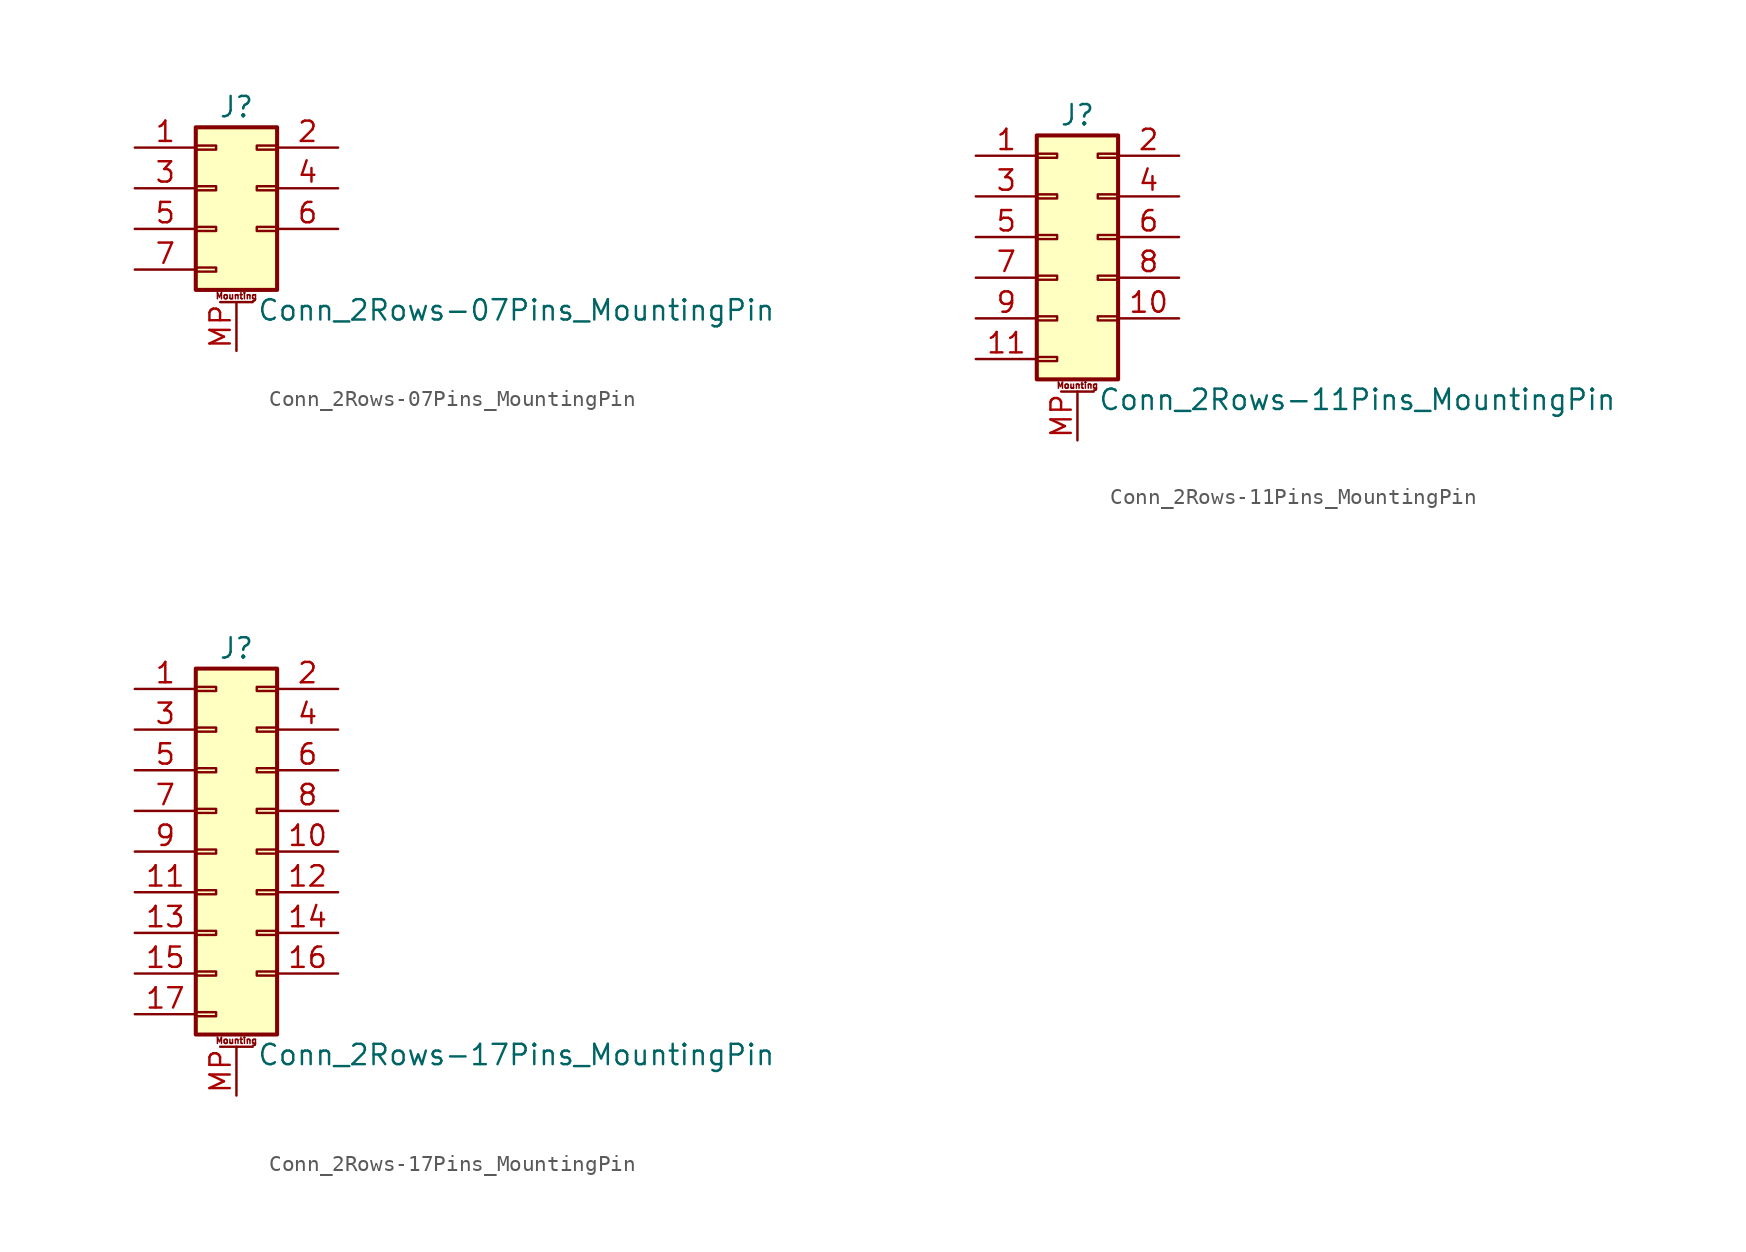
<source format=kicad_sym>
(kicad_symbol_lib
  (version 20201005)
  (generator kicad_symbol_editor)
  (symbol "Conn_2Rows-07Pins_MountingPin"
    (pin_names
      (offset 1.016) hide)
    (property "Reference" "J"
      (at 1.27 5.08 0)
      (effects (font (size 1.27 1.27))))
    (property "Value" "Conn_2Rows-07Pins_MountingPin"
      (at 2.54 -7.62 0)
      (effects (font (size 1.27 1.27)) (justify left)))
    (symbol "Conn_2Rows-07Pins_MountingPin_1_1"
      (text "Mounting" (at 1.27 -6.731 0) (effects (font (size 0.381 0.381))))
      (rectangle (start -1.27 -4.953) (end 0 -5.207) (stroke (width 0.152)) (fill (type none)))
      (rectangle (start -1.27 -2.413) (end 0 -2.667) (stroke (width 0.152)) (fill (type none)))
      (rectangle (start -1.27 0.127) (end 0 -0.127) (stroke (width 0.152)) (fill (type none)))
      (rectangle (start -1.27 2.667) (end 0 2.413) (stroke (width 0.152)) (fill (type none)))
      (rectangle (start -1.27 3.81) (end 3.81 -6.35) (stroke (width 0.254)) (fill (type background)))
      (rectangle (start 3.81 -2.413) (end 2.54 -2.667) (stroke (width 0.152)) (fill (type none)))
      (rectangle (start 3.81 0.127) (end 2.54 -0.127) (stroke (width 0.152)) (fill (type none)))
      (rectangle (start 3.81 2.667) (end 2.54 2.413) (stroke (width 0.152)) (fill (type none)))
      (polyline (pts (xy 0.254 -7.112) (xy 2.286 -7.112)) (stroke (width 0.152)) (fill (type none)))
      (pin passive line (at -5.08 2.54 0) (length 3.81) (name "Pin_1" (effects (font (size 1.27 1.27)))) (number "1" (effects (font (size 1.27 1.27)))))
      (pin passive line (at 7.62 2.54 180) (length 3.81) (name "Pin_2" (effects (font (size 1.27 1.27)))) (number "2" (effects (font (size 1.27 1.27)))))
      (pin passive line (at -5.08 0 0) (length 3.81) (name "Pin_3" (effects (font (size 1.27 1.27)))) (number "3" (effects (font (size 1.27 1.27)))))
      (pin passive line (at 7.62 0 180) (length 3.81) (name "Pin_4" (effects (font (size 1.27 1.27)))) (number "4" (effects (font (size 1.27 1.27)))))
      (pin passive line (at -5.08 -2.54 0) (length 3.81) (name "Pin_5" (effects (font (size 1.27 1.27)))) (number "5" (effects (font (size 1.27 1.27)))))
      (pin passive line (at 7.62 -2.54 180) (length 3.81) (name "Pin_6" (effects (font (size 1.27 1.27)))) (number "6" (effects (font (size 1.27 1.27)))))
      (pin passive line (at -5.08 -5.08 0) (length 3.81) (name "Pin_7" (effects (font (size 1.27 1.27)))) (number "7" (effects (font (size 1.27 1.27)))))
      (pin passive line (at 1.27 -10.16 90) (length 3.048) (name "MountPin" (effects (font (size 1.27 1.27)))) (number "MP" (effects (font (size 1.27 1.27)))))))
  (symbol "Conn_2Rows-11Pins_MountingPin"
    (pin_names
      (offset 1.016) hide)
    (property "Reference" "J"
      (at 1.27 7.62 0)
      (effects (font (size 1.27 1.27))))
    (property "Value" "Conn_2Rows-11Pins_MountingPin"
      (at 2.54 -10.16 0)
      (effects (font (size 1.27 1.27)) (justify left)))
    (symbol "Conn_2Rows-11Pins_MountingPin_1_1"
      (text "Mounting" (at 1.27 -9.271 0) (effects (font (size 0.381 0.381))))
      (rectangle (start -1.27 -7.493) (end 0 -7.747) (stroke (width 0.152)) (fill (type none)))
      (rectangle (start -1.27 -4.953) (end 0 -5.207) (stroke (width 0.152)) (fill (type none)))
      (rectangle (start -1.27 -2.413) (end 0 -2.667) (stroke (width 0.152)) (fill (type none)))
      (rectangle (start -1.27 0.127) (end 0 -0.127) (stroke (width 0.152)) (fill (type none)))
      (rectangle (start -1.27 2.667) (end 0 2.413) (stroke (width 0.152)) (fill (type none)))
      (rectangle (start -1.27 5.207) (end 0 4.953) (stroke (width 0.152)) (fill (type none)))
      (rectangle (start -1.27 6.35) (end 3.81 -8.89) (stroke (width 0.254)) (fill (type background)))
      (rectangle (start 3.81 -4.953) (end 2.54 -5.207) (stroke (width 0.152)) (fill (type none)))
      (rectangle (start 3.81 -2.413) (end 2.54 -2.667) (stroke (width 0.152)) (fill (type none)))
      (rectangle (start 3.81 0.127) (end 2.54 -0.127) (stroke (width 0.152)) (fill (type none)))
      (rectangle (start 3.81 2.667) (end 2.54 2.413) (stroke (width 0.152)) (fill (type none)))
      (rectangle (start 3.81 5.207) (end 2.54 4.953) (stroke (width 0.152)) (fill (type none)))
      (polyline (pts (xy 0.254 -9.652) (xy 2.286 -9.652)) (stroke (width 0.152)) (fill (type none)))
      (pin passive line (at -5.08 5.08 0) (length 3.81) (name "Pin_1" (effects (font (size 1.27 1.27)))) (number "1" (effects (font (size 1.27 1.27)))))
      (pin passive line (at 7.62 -5.08 180) (length 3.81) (name "Pin_10" (effects (font (size 1.27 1.27)))) (number "10" (effects (font (size 1.27 1.27)))))
      (pin passive line (at -5.08 -7.62 0) (length 3.81) (name "Pin_11" (effects (font (size 1.27 1.27)))) (number "11" (effects (font (size 1.27 1.27)))))
      (pin passive line (at 7.62 5.08 180) (length 3.81) (name "Pin_2" (effects (font (size 1.27 1.27)))) (number "2" (effects (font (size 1.27 1.27)))))
      (pin passive line (at -5.08 2.54 0) (length 3.81) (name "Pin_3" (effects (font (size 1.27 1.27)))) (number "3" (effects (font (size 1.27 1.27)))))
      (pin passive line (at 7.62 2.54 180) (length 3.81) (name "Pin_4" (effects (font (size 1.27 1.27)))) (number "4" (effects (font (size 1.27 1.27)))))
      (pin passive line (at -5.08 0 0) (length 3.81) (name "Pin_5" (effects (font (size 1.27 1.27)))) (number "5" (effects (font (size 1.27 1.27)))))
      (pin passive line (at 7.62 0 180) (length 3.81) (name "Pin_6" (effects (font (size 1.27 1.27)))) (number "6" (effects (font (size 1.27 1.27)))))
      (pin passive line (at -5.08 -2.54 0) (length 3.81) (name "Pin_7" (effects (font (size 1.27 1.27)))) (number "7" (effects (font (size 1.27 1.27)))))
      (pin passive line (at 7.62 -2.54 180) (length 3.81) (name "Pin_8" (effects (font (size 1.27 1.27)))) (number "8" (effects (font (size 1.27 1.27)))))
      (pin passive line (at -5.08 -5.08 0) (length 3.81) (name "Pin_9" (effects (font (size 1.27 1.27)))) (number "9" (effects (font (size 1.27 1.27)))))
      (pin passive line (at 1.27 -12.7 90) (length 3.048) (name "MountPin" (effects (font (size 1.27 1.27)))) (number "MP" (effects (font (size 1.27 1.27)))))))
  (symbol "Conn_2Rows-17Pins_MountingPin"
    (pin_names
      (offset 1.016) hide)
    (property "Reference" "J"
      (at 1.27 12.7 0)
      (effects (font (size 1.27 1.27))))
    (property "Value" "Conn_2Rows-17Pins_MountingPin"
      (at 2.54 -12.7 0)
      (effects (font (size 1.27 1.27)) (justify left)))
    (symbol "Conn_2Rows-17Pins_MountingPin_1_1"
      (text "Mounting" (at 1.27 -11.811 0) (effects (font (size 0.381 0.381))))
      (rectangle (start -1.27 -10.033) (end 0 -10.287) (stroke (width 0.152)) (fill (type none)))
      (rectangle (start -1.27 -7.493) (end 0 -7.747) (stroke (width 0.152)) (fill (type none)))
      (rectangle (start -1.27 -4.953) (end 0 -5.207) (stroke (width 0.152)) (fill (type none)))
      (rectangle (start -1.27 -2.413) (end 0 -2.667) (stroke (width 0.152)) (fill (type none)))
      (rectangle (start -1.27 0.127) (end 0 -0.127) (stroke (width 0.152)) (fill (type none)))
      (rectangle (start -1.27 2.667) (end 0 2.413) (stroke (width 0.152)) (fill (type none)))
      (rectangle (start -1.27 5.207) (end 0 4.953) (stroke (width 0.152)) (fill (type none)))
      (rectangle (start -1.27 7.747) (end 0 7.493) (stroke (width 0.152)) (fill (type none)))
      (rectangle (start -1.27 10.287) (end 0 10.033) (stroke (width 0.152)) (fill (type none)))
      (rectangle (start -1.27 11.43) (end 3.81 -11.43) (stroke (width 0.254)) (fill (type background)))
      (rectangle (start 3.81 -7.493) (end 2.54 -7.747) (stroke (width 0.152)) (fill (type none)))
      (rectangle (start 3.81 -4.953) (end 2.54 -5.207) (stroke (width 0.152)) (fill (type none)))
      (rectangle (start 3.81 -2.413) (end 2.54 -2.667) (stroke (width 0.152)) (fill (type none)))
      (rectangle (start 3.81 0.127) (end 2.54 -0.127) (stroke (width 0.152)) (fill (type none)))
      (rectangle (start 3.81 2.667) (end 2.54 2.413) (stroke (width 0.152)) (fill (type none)))
      (rectangle (start 3.81 5.207) (end 2.54 4.953) (stroke (width 0.152)) (fill (type none)))
      (rectangle (start 3.81 7.747) (end 2.54 7.493) (stroke (width 0.152)) (fill (type none)))
      (rectangle (start 3.81 10.287) (end 2.54 10.033) (stroke (width 0.152)) (fill (type none)))
      (polyline (pts (xy 0.254 -12.192) (xy 2.286 -12.192)) (stroke (width 0.152)) (fill (type none)))
      (pin passive line (at -5.08 10.16 0) (length 3.81) (name "Pin_1" (effects (font (size 1.27 1.27)))) (number "1" (effects (font (size 1.27 1.27)))))
      (pin passive line (at 7.62 0 180) (length 3.81) (name "Pin_10" (effects (font (size 1.27 1.27)))) (number "10" (effects (font (size 1.27 1.27)))))
      (pin passive line (at -5.08 -2.54 0) (length 3.81) (name "Pin_11" (effects (font (size 1.27 1.27)))) (number "11" (effects (font (size 1.27 1.27)))))
      (pin passive line (at 7.62 -2.54 180) (length 3.81) (name "Pin_12" (effects (font (size 1.27 1.27)))) (number "12" (effects (font (size 1.27 1.27)))))
      (pin passive line (at -5.08 -5.08 0) (length 3.81) (name "Pin_13" (effects (font (size 1.27 1.27)))) (number "13" (effects (font (size 1.27 1.27)))))
      (pin passive line (at 7.62 -5.08 180) (length 3.81) (name "Pin_14" (effects (font (size 1.27 1.27)))) (number "14" (effects (font (size 1.27 1.27)))))
      (pin passive line (at -5.08 -7.62 0) (length 3.81) (name "Pin_15" (effects (font (size 1.27 1.27)))) (number "15" (effects (font (size 1.27 1.27)))))
      (pin passive line (at 7.62 -7.62 180) (length 3.81) (name "Pin_16" (effects (font (size 1.27 1.27)))) (number "16" (effects (font (size 1.27 1.27)))))
      (pin passive line (at -5.08 -10.16 0) (length 3.81) (name "Pin_17" (effects (font (size 1.27 1.27)))) (number "17" (effects (font (size 1.27 1.27)))))
      (pin passive line (at 7.62 10.16 180) (length 3.81) (name "Pin_2" (effects (font (size 1.27 1.27)))) (number "2" (effects (font (size 1.27 1.27)))))
      (pin passive line (at -5.08 7.62 0) (length 3.81) (name "Pin_3" (effects (font (size 1.27 1.27)))) (number "3" (effects (font (size 1.27 1.27)))))
      (pin passive line (at 7.62 7.62 180) (length 3.81) (name "Pin_4" (effects (font (size 1.27 1.27)))) (number "4" (effects (font (size 1.27 1.27)))))
      (pin passive line (at -5.08 5.08 0) (length 3.81) (name "Pin_5" (effects (font (size 1.27 1.27)))) (number "5" (effects (font (size 1.27 1.27)))))
      (pin passive line (at 7.62 5.08 180) (length 3.81) (name "Pin_6" (effects (font (size 1.27 1.27)))) (number "6" (effects (font (size 1.27 1.27)))))
      (pin passive line (at -5.08 2.54 0) (length 3.81) (name "Pin_7" (effects (font (size 1.27 1.27)))) (number "7" (effects (font (size 1.27 1.27)))))
      (pin passive line (at 7.62 2.54 180) (length 3.81) (name "Pin_8" (effects (font (size 1.27 1.27)))) (number "8" (effects (font (size 1.27 1.27)))))
      (pin passive line (at -5.08 0 0) (length 3.81) (name "Pin_9" (effects (font (size 1.27 1.27)))) (number "9" (effects (font (size 1.27 1.27)))))
      (pin passive line (at 1.27 -15.24 90) (length 3.048) (name "MountPin" (effects (font (size 1.27 1.27)))) (number "MP" (effects (font (size 1.27 1.27))))))))
</source>
